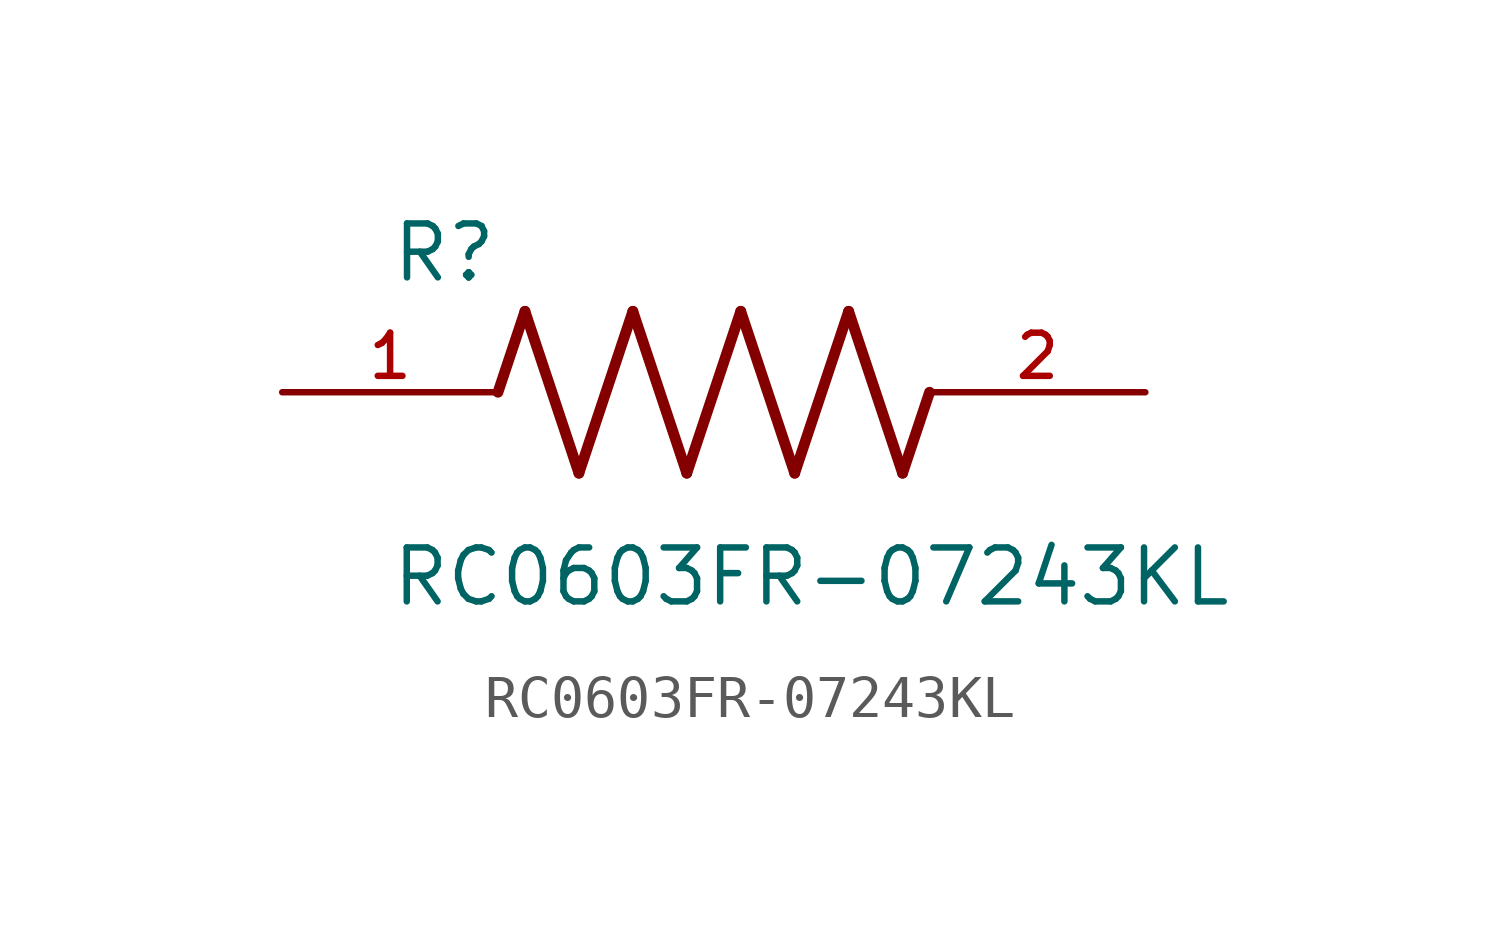
<source format=kicad_sym>
(kicad_symbol_lib
  (version 20211014)
  (generator kicad_symbol_editor)
  (symbol "RC0603FR-07243KL"
    (pin_names
      (offset 1.016))
    (property "Reference" "R"
      (at -7.624 2.541 0)
      (effects (font (size 1.27 1.27)) (justify bottom left)))
    (property "Value" "RC0603FR-07243KL"
      (at -7.63 -5.087 0)
      (effects (font (size 1.27 1.27)) (justify bottom left)))
    (symbol "RC0603FR-07243KL_0_0"
      (polyline (pts (xy -5.08 0.0) (xy -4.445 1.905)) (stroke (width 0.254)))
      (polyline (pts (xy -4.445 1.905) (xy -3.175 -1.905)) (stroke (width 0.254)))
      (polyline (pts (xy -3.175 -1.905) (xy -1.905 1.905)) (stroke (width 0.254)))
      (polyline (pts (xy -1.905 1.905) (xy -0.635 -1.905)) (stroke (width 0.254)))
      (polyline (pts (xy -0.635 -1.905) (xy 0.635 1.905)) (stroke (width 0.254)))
      (polyline (pts (xy 0.635 1.905) (xy 1.905 -1.905)) (stroke (width 0.254)))
      (polyline (pts (xy 1.905 -1.905) (xy 3.175 1.905)) (stroke (width 0.254)))
      (polyline (pts (xy 3.175 1.905) (xy 4.445 -1.905)) (stroke (width 0.254)))
      (polyline (pts (xy 4.445 -1.905) (xy 5.08 0.0)) (stroke (width 0.254)))
      (pin passive line (at -10.16 0.0 0) (length 5.08) (name "~" (effects (font (size 1.016 1.016)))) (number "1" (effects (font (size 1.016 1.016)))))
      (pin passive line (at 10.16 0.0 180.0) (length 5.08) (name "~" (effects (font (size 1.016 1.016)))) (number "2" (effects (font (size 1.016 1.016))))))))
</source>
